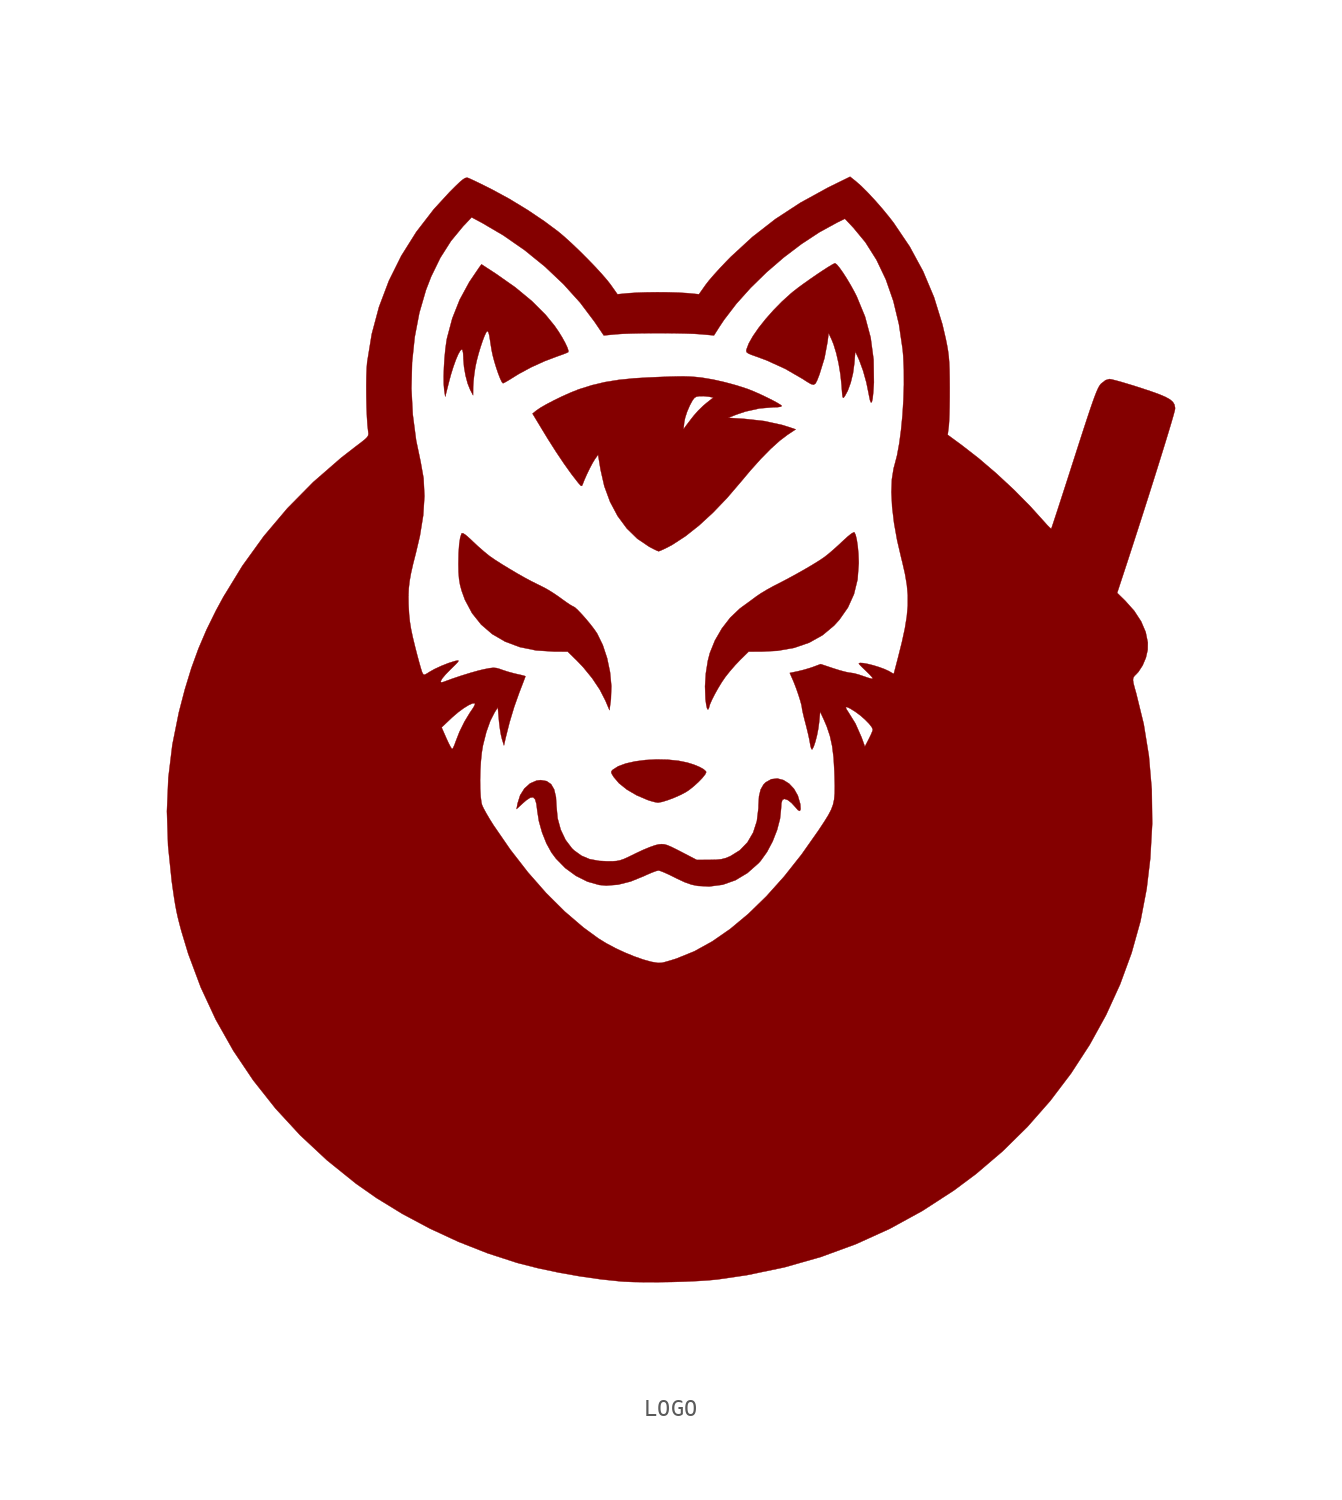
<source format=kicad_sym>
(kicad_symbol_lib
  (version 20210619)
  (generator bitmap2component)
  (symbol "LOGO"
    (pin_names
      (offset 1.016))
    (property "Reference" "#G"
      (at 0 50.08 0)
      (effects (font (size 1.27 1.27)) hide))
    (symbol "LOGO_0_0"
      (polyline (pts (xy -0.77 -33.319) (xy 0.035 -33.307) (xy 0.835 -33.283) (xy 1.588 -33.249) (xy 2.254 -33.206) (xy 2.794 -33.154) (xy 4.546 -32.898) (xy 6.804 -32.428) (xy 8.982 -31.808) (xy 11.085 -31.039) (xy 13.115 -30.118) (xy 15.074 -29.045) (xy 16.966 -27.819) (xy 18.295 -26.828) (xy 19.891 -25.467) (xy 21.378 -24.001) (xy 22.748 -22.441) (xy 23.994 -20.797) (xy 25.111 -19.078) (xy 26.092 -17.297) (xy 26.931 -15.461) (xy 27.619 -13.583) (xy 28.153 -11.671) (xy 28.523 -9.737) (xy 28.74 -7.909) (xy 28.856 -5.825) (xy 28.828 -3.778) (xy 28.658 -1.782) (xy 28.346 0.147) (xy 27.893 1.996) (xy 27.811 2.284) (xy 27.733 2.583) (xy 27.703 2.782) (xy 27.721 2.917) (xy 27.789 3.023) (xy 27.906 3.139) (xy 28.029 3.271) (xy 28.281 3.659) (xy 28.476 4.121) (xy 28.583 4.59) (xy 28.59 5.032) (xy 28.464 5.657) (xy 28.191 6.296) (xy 27.778 6.93) (xy 27.235 7.538) (xy 26.755 8.007) (xy 27.088 9.02) (xy 27.357 9.84) (xy 27.678 10.826) (xy 27.998 11.817) (xy 28.313 12.797) (xy 28.619 13.755) (xy 28.91 14.674) (xy 29.183 15.543) (xy 29.434 16.348) (xy 29.658 17.073) (xy 29.851 17.706) (xy 30.009 18.234) (xy 30.127 18.642) (xy 30.2 18.916) (xy 30.226 19.043) (xy 30.223 19.124) (xy 30.186 19.3) (xy 30.091 19.457) (xy 29.921 19.603) (xy 29.659 19.75) (xy 29.286 19.909) (xy 28.785 20.09) (xy 28.139 20.305) (xy 28.067 20.328) (xy 27.561 20.486) (xy 27.102 20.624) (xy 26.718 20.732) (xy 26.438 20.803) (xy 26.289 20.828) (xy 26.06 20.762) (xy 25.792 20.553) (xy 25.739 20.492) (xy 25.672 20.393) (xy 25.598 20.254) (xy 25.513 20.062) (xy 25.411 19.803) (xy 25.288 19.463) (xy 25.138 19.03) (xy 24.958 18.489) (xy 24.741 17.827) (xy 24.483 17.031) (xy 24.18 16.087) (xy 24.083 15.786) (xy 23.829 14.995) (xy 23.592 14.26) (xy 23.377 13.596) (xy 23.189 13.016) (xy 23.032 12.538) (xy 22.913 12.175) (xy 22.835 11.943) (xy 22.803 11.858) (xy 22.8 11.856) (xy 22.723 11.91) (xy 22.572 12.061) (xy 22.375 12.281) (xy 21.539 13.206) (xy 20.556 14.199) (xy 19.511 15.17) (xy 18.449 16.078) (xy 17.419 16.878) (xy 16.593 17.484) (xy 16.657 17.992) (xy 16.662 18.031) (xy 16.68 18.303) (xy 16.696 18.702) (xy 16.707 19.194) (xy 16.714 19.745) (xy 16.715 20.32) (xy 16.711 20.888) (xy 16.702 21.403) (xy 16.685 21.82) (xy 16.657 22.174) (xy 16.616 22.505) (xy 16.557 22.848) (xy 16.478 23.241) (xy 16.277 24.105) (xy 15.774 25.734) (xy 15.121 27.286) (xy 14.316 28.77) (xy 13.354 30.194) (xy 13.096 30.528) (xy 12.677 31.04) (xy 12.235 31.545) (xy 11.801 32.01) (xy 11.406 32.404) (xy 11.078 32.692) (xy 10.743 32.958) (xy 9.668 32.431) (xy 9.379 32.287) (xy 7.752 31.393) (xy 6.258 30.416) (xy 4.878 29.341) (xy 3.592 28.157) (xy 3.303 27.862) (xy 2.918 27.456) (xy 2.567 27.068) (xy 2.279 26.733) (xy 2.083 26.481) (xy 1.681 25.911) (xy 1.031 25.973) (xy 0.95 25.98) (xy 0.443 26.01) (xy -0.167 26.028) (xy -0.826 26.033) (xy -1.48 26.025) (xy -2.075 26.005) (xy -2.555 25.973) (xy -3.205 25.911) (xy -3.608 26.481) (xy -3.808 26.739) (xy -4.141 27.125) (xy -4.55 27.57) (xy -5.009 28.045) (xy -5.488 28.522) (xy -5.961 28.973) (xy -6.398 29.369) (xy -6.773 29.683) (xy -7.606 30.302) (xy -8.617 30.98) (xy -9.673 31.622) (xy -10.71 32.186) (xy -11.015 32.34) (xy -11.426 32.544) (xy -11.777 32.713) (xy -12.036 32.833) (xy -12.175 32.891) (xy -12.235 32.9) (xy -12.336 32.877) (xy -12.47 32.795) (xy -12.658 32.638) (xy -12.919 32.389) (xy -13.276 32.032) (xy -14.217 31.007) (xy -15.265 29.649) (xy -16.164 28.218) (xy -16.91 26.716) (xy -17.501 25.151) (xy -17.936 23.525) (xy -18.21 21.844) (xy -18.239 21.485) (xy -18.258 20.978) (xy -18.265 20.39) (xy -18.261 19.762) (xy -18.248 19.135) (xy -18.224 18.553) (xy -18.191 18.056) (xy -18.15 17.686) (xy -18.15 17.682) (xy -18.135 17.552) (xy -18.15 17.446) (xy -18.217 17.338) (xy -18.356 17.204) (xy -18.589 17.018) (xy -18.936 16.756) (xy -19.776 16.103) (xy -21.448 14.648) (xy -22.994 13.081) (xy -24.41 11.406) (xy -25.695 9.626) (xy -26.792 7.83) (xy -15.736 7.83) (xy -15.718 8.265) (xy -15.669 8.7) (xy -15.585 9.174) (xy -15.46 9.729) (xy -15.288 10.404) (xy -15.049 11.422) (xy -14.849 12.662) (xy -14.776 13.812) (xy -14.829 14.881) (xy -15.007 15.88) (xy -15.273 17.15) (xy -15.476 18.698) (xy -15.557 20.265) (xy -15.518 21.824) (xy -15.359 23.345) (xy -15.081 24.8) (xy -14.686 26.161) (xy -14.374 26.968) (xy -13.824 28.096) (xy -13.183 29.105) (xy -12.462 29.979) (xy -11.948 30.522) (xy -11.329 30.192) (xy -10.044 29.438) (xy -8.764 28.548) (xy -7.553 27.565) (xy -6.438 26.509) (xy -5.441 25.405) (xy -4.589 24.272) (xy -4.025 23.441) (xy -3.304 23.51) (xy -2.918 23.537) (xy -2.399 23.556) (xy -1.785 23.57) (xy -1.113 23.577) (xy -0.42 23.577) (xy 0.257 23.57) (xy 0.881 23.557) (xy 1.414 23.538) (xy 1.82 23.511) (xy 2.582 23.443) (xy 2.921 23.977) (xy 3.188 24.378) (xy 3.922 25.337) (xy 4.782 26.296) (xy 5.738 27.23) (xy 6.762 28.113) (xy 7.826 28.92) (xy 8.901 29.627) (xy 9.959 30.207) (xy 10.43 30.438) (xy 10.941 29.895) (xy 11.66 29.025) (xy 12.326 27.97) (xy 12.886 26.794) (xy 13.335 25.503) (xy 13.672 24.104) (xy 13.893 22.605) (xy 13.929 22.191) (xy 13.965 21.374) (xy 13.968 20.491) (xy 13.939 19.575) (xy 13.882 18.66) (xy 13.797 17.779) (xy 13.689 16.966) (xy 13.558 16.254) (xy 13.408 15.677) (xy 13.352 15.475) (xy 13.248 14.825) (xy 13.219 14.049) (xy 13.262 13.168) (xy 13.377 12.199) (xy 13.562 11.162) (xy 13.815 10.076) (xy 13.871 9.856) (xy 14.035 9.139) (xy 14.145 8.486) (xy 14.2 7.866) (xy 14.199 7.245) (xy 14.142 6.594) (xy 14.027 5.88) (xy 13.852 5.071) (xy 13.618 4.136) (xy 13.36 3.149) (xy 13.093 3.303) (xy 13.067 3.318) (xy 12.806 3.439) (xy 12.485 3.557) (xy 12.142 3.663) (xy 11.811 3.746) (xy 11.529 3.798) (xy 11.334 3.81) (xy 11.261 3.771) (xy 11.261 3.771) (xy 11.32 3.695) (xy 11.472 3.539) (xy 11.684 3.336) (xy 11.687 3.333) (xy 11.899 3.126) (xy 12.05 2.959) (xy 12.107 2.871) (xy 12.107 2.868) (xy 12.024 2.866) (xy 11.827 2.916) (xy 11.555 3.01) (xy 11.258 3.11) (xy 10.969 3.188) (xy 10.772 3.217) (xy 10.696 3.225) (xy 10.453 3.276) (xy 10.124 3.364) (xy 9.759 3.478) (xy 8.977 3.739) (xy 8.531 3.572) (xy 8.372 3.517) (xy 7.978 3.399) (xy 7.606 3.307) (xy 7.125 3.208) (xy 7.318 2.768) (xy 7.38 2.622) (xy 7.514 2.272) (xy 7.643 1.9) (xy 7.753 1.551) (xy 7.83 1.27) (xy 7.851 1.143) (xy 10.48 1.143) (xy 10.544 1.167) (xy 10.734 1.081) (xy 11.05 0.885) (xy 11.051 0.884) (xy 11.35 0.663) (xy 11.635 0.413) (xy 11.877 0.167) (xy 12.043 -0.045) (xy 12.103 -0.191) (xy 12.078 -0.283) (xy 11.991 -0.491) (xy 11.864 -0.75) (xy 11.629 -1.205) (xy 11.434 -0.666) (xy 11.43 -0.655) (xy 11.063 0.176) (xy 10.607 0.91) (xy 10.54 1.007) (xy 10.48 1.143) (xy 7.851 1.143) (xy 7.857 1.101) (xy 7.864 1.04) (xy 7.907 0.832) (xy 7.979 0.527) (xy 8.072 0.169) (xy 8.117 -0.004) (xy 8.216 -0.409) (xy 8.297 -0.776) (xy 8.345 -1.044) (xy 8.371 -1.187) (xy 8.42 -1.349) (xy 8.467 -1.382) (xy 8.471 -1.378) (xy 8.563 -1.203) (xy 8.662 -0.908) (xy 8.757 -0.537) (xy 8.835 -0.137) (xy 8.886 0.246) (xy 8.945 0.889) (xy 9.17 0.403) (xy 9.341 0.004) (xy 9.533 -0.57) (xy 9.667 -1.18) (xy 9.753 -1.871) (xy 9.799 -2.685) (xy 9.809 -2.982) (xy 9.823 -3.555) (xy 9.818 -4.009) (xy 9.786 -4.378) (xy 9.716 -4.697) (xy 9.601 -5.001) (xy 9.431 -5.324) (xy 9.197 -5.702) (xy 8.889 -6.169) (xy 8.854 -6.222) (xy 7.832 -7.674) (xy 6.785 -8.996) (xy 5.719 -10.185) (xy 4.642 -11.233) (xy 3.559 -12.136) (xy 2.476 -12.887) (xy 1.4 -13.482) (xy 0.336 -13.914) (xy 0.297 -13.927) (xy -0.043 -14.033) (xy -0.346 -14.12) (xy -0.55 -14.17) (xy -0.783 -14.175) (xy -1.173 -14.11) (xy -1.652 -13.977) (xy -2.192 -13.788) (xy -2.762 -13.554) (xy -3.333 -13.288) (xy -3.876 -12.999) (xy -4.359 -12.701) (xy -5.25 -12.049) (xy -6.372 -11.088) (xy -7.483 -9.982) (xy -8.571 -8.744) (xy -9.624 -7.388) (xy -10.63 -5.927) (xy -10.857 -5.566) (xy -11.067 -5.209) (xy -11.23 -4.91) (xy -11.321 -4.711) (xy -11.358 -4.569) (xy -11.405 -4.211) (xy -11.432 -3.746) (xy -11.438 -3.211) (xy -11.425 -2.645) (xy -11.392 -2.086) (xy -11.34 -1.573) (xy -11.27 -1.143) (xy -11.265 -1.123) (xy -11.065 -0.331) (xy -10.829 0.332) (xy -10.566 0.847) (xy -10.377 1.143) (xy -10.312 0.381) (xy -10.302 0.269) (xy -10.252 -0.132) (xy -10.191 -0.498) (xy -10.128 -0.762) (xy -10.009 -1.143) (xy -9.954 -0.889) (xy -9.913 -0.703) (xy -9.674 0.245) (xy -9.394 1.177) (xy -9.095 2.018) (xy -9.089 2.034) (xy -8.946 2.404) (xy -8.829 2.71) (xy -8.75 2.921) (xy -8.721 3.007) (xy -8.771 3.03) (xy -8.948 3.078) (xy -9.207 3.136) (xy -9.386 3.177) (xy -9.78 3.284) (xy -10.13 3.399) (xy -10.258 3.446) (xy -10.459 3.503) (xy -10.645 3.519) (xy -10.877 3.493) (xy -11.213 3.427) (xy -11.532 3.351) (xy -12.021 3.214) (xy -12.573 3.043) (xy -13.134 2.854) (xy -13.652 2.664) (xy -13.78 2.641) (xy -13.801 2.713) (xy -13.709 2.876) (xy -13.509 3.115) (xy -13.21 3.421) (xy -13.162 3.467) (xy -12.913 3.712) (xy -12.773 3.861) (xy -12.73 3.936) (xy -12.774 3.954) (xy -12.892 3.934) (xy -12.958 3.918) (xy -13.332 3.801) (xy -13.761 3.631) (xy -14.174 3.44) (xy -14.496 3.258) (xy -14.617 3.179) (xy -14.758 3.104) (xy -14.836 3.117) (xy -14.898 3.211) (xy -14.929 3.29) (xy -15.001 3.521) (xy -15.098 3.863) (xy -15.211 4.285) (xy -15.332 4.756) (xy -15.475 5.345) (xy -15.58 5.844) (xy -15.651 6.284) (xy -15.696 6.718) (xy -15.724 7.197) (xy -15.73 7.354) (xy -15.736 7.83) (xy -26.792 7.83) (xy -26.844 7.745) (xy -27.282 6.936) (xy -27.842 5.798) (xy -28.327 4.662) (xy -28.754 3.488) (xy -29.139 2.23) (xy -29.5 0.846) (xy -29.682 -0.058) (xy -13.747 -0.058) (xy -13.158 0.5) (xy -13.097 0.557) (xy -12.756 0.849) (xy -12.422 1.095) (xy -12.124 1.279) (xy -11.89 1.382) (xy -11.75 1.385) (xy -11.748 1.326) (xy -11.824 1.165) (xy -11.968 0.946) (xy -12.05 0.829) (xy -12.377 0.287) (xy -12.677 -0.32) (xy -12.907 -0.91) (xy -12.972 -1.092) (xy -13.056 -1.281) (xy -13.115 -1.355) (xy -13.129 -1.345) (xy -13.208 -1.228) (xy -13.325 -1.003) (xy -13.462 -0.707) (xy -13.747 -0.058) (xy -29.682 -0.058) (xy -29.89 -1.094) (xy -30.13 -3.071) (xy -30.216 -5.084) (xy -30.148 -7.147) (xy -29.928 -9.271) (xy -29.867 -9.708) (xy -29.788 -10.252) (xy -29.716 -10.696) (xy -29.644 -11.079) (xy -29.564 -11.444) (xy -29.467 -11.83) (xy -29.347 -12.278) (xy -28.939 -13.629) (xy -28.189 -15.639) (xy -27.288 -17.577) (xy -26.239 -19.436) (xy -25.045 -21.213) (xy -23.709 -22.903) (xy -22.235 -24.502) (xy -20.624 -26.006) (xy -18.881 -27.411) (xy -17.647 -28.275) (xy -16.094 -29.227) (xy -14.443 -30.107) (xy -12.732 -30.899) (xy -10.996 -31.583) (xy -9.273 -32.143) (xy -9.077 -32.198) (xy -7.95 -32.483) (xy -6.723 -32.742) (xy -5.452 -32.967) (xy -4.193 -33.147) (xy -3.006 -33.271) (xy -2.826 -33.284) (xy -2.241 -33.309) (xy -1.543 -33.32) (xy -0.77 -33.319)) (stroke (width 0.01)) (fill (type outline)))
      (polyline (pts (xy 3.106 -9.489) (xy 3.869 -9.22) (xy 4.587 -8.789) (xy 5.257 -8.197) (xy 5.378 -8.063) (xy 5.763 -7.525) (xy 6.099 -6.891) (xy 6.365 -6.211) (xy 6.541 -5.537) (xy 6.605 -4.918) (xy 6.623 -4.596) (xy 6.686 -4.401) (xy 6.805 -4.342) (xy 6.991 -4.406) (xy 7.022 -4.424) (xy 7.233 -4.59) (xy 7.429 -4.804) (xy 7.438 -4.815) (xy 7.618 -5.018) (xy 7.73 -5.067) (xy 7.776 -4.96) (xy 7.76 -4.697) (xy 7.749 -4.625) (xy 7.609 -4.146) (xy 7.38 -3.74) (xy 7.084 -3.425) (xy 6.743 -3.213) (xy 6.381 -3.12) (xy 6.019 -3.161) (xy 5.682 -3.35) (xy 5.551 -3.481) (xy 5.379 -3.783) (xy 5.281 -4.19) (xy 5.25 -4.729) (xy 5.247 -4.897) (xy 5.153 -5.673) (xy 4.931 -6.361) (xy 4.588 -6.949) (xy 4.13 -7.424) (xy 3.563 -7.776) (xy 3.297 -7.887) (xy 3.038 -7.955) (xy 2.733 -7.988) (xy 2.321 -7.998) (xy 1.551 -8.001) (xy 0.603 -7.509) (xy 0.344 -7.376) (xy 0.015 -7.214) (xy -0.222 -7.114) (xy -0.404 -7.065) (xy -0.566 -7.055) (xy -0.744 -7.072) (xy -0.945 -7.121) (xy -1.28 -7.239) (xy -1.681 -7.406) (xy -2.107 -7.606) (xy -2.131 -7.618) (xy -2.526 -7.812) (xy -2.816 -7.944) (xy -3.045 -8.024) (xy -3.256 -8.066) (xy -3.493 -8.082) (xy -3.8 -8.084) (xy -4.296 -8.061) (xy -4.872 -7.955) (xy -5.359 -7.75) (xy -5.797 -7.435) (xy -5.932 -7.306) (xy -6.315 -6.802) (xy -6.606 -6.191) (xy -6.793 -5.507) (xy -6.86 -4.787) (xy -6.893 -4.23) (xy -7 -3.775) (xy -7.184 -3.46) (xy -7.451 -3.277) (xy -7.805 -3.217) (xy -8.057 -3.247) (xy -8.447 -3.417) (xy -8.783 -3.718) (xy -9.039 -4.125) (xy -9.193 -4.614) (xy -9.254 -4.953) (xy -8.862 -4.593) (xy -8.677 -4.431) (xy -8.437 -4.271) (xy -8.264 -4.247) (xy -8.144 -4.368) (xy -8.064 -4.642) (xy -8.01 -5.078) (xy -7.915 -5.676) (xy -7.724 -6.358) (xy -7.465 -7.01) (xy -7.161 -7.562) (xy -6.892 -7.923) (xy -6.336 -8.49) (xy -5.696 -8.957) (xy -5.006 -9.303) (xy -4.301 -9.503) (xy -3.881 -9.542) (xy -3.176 -9.487) (xy -2.418 -9.298) (xy -1.63 -8.979) (xy -1.468 -8.903) (xy -1.15 -8.766) (xy -0.895 -8.671) (xy -0.748 -8.636) (xy -0.649 -8.659) (xy -0.418 -8.748) (xy -0.108 -8.888) (xy 0.245 -9.063) (xy 0.357 -9.12) (xy 0.839 -9.344) (xy 1.242 -9.485) (xy 1.614 -9.56) (xy 2.3 -9.595) (xy 3.106 -9.489)) (stroke (width 0.01)) (fill (type outline)))
      (polyline (pts (xy -0.755 -4.565) (xy -0.516 -4.52) (xy -0.183 -4.417) (xy 0.195 -4.274) (xy 0.57 -4.108) (xy 0.897 -3.937) (xy 1.107 -3.796) (xy 1.383 -3.575) (xy 1.655 -3.327) (xy 1.889 -3.083) (xy 2.054 -2.877) (xy 2.117 -2.74) (xy 2.099 -2.691) (xy 1.958 -2.563) (xy 1.701 -2.422) (xy 1.363 -2.283) (xy 0.979 -2.164) (xy 0.458 -2.058) (xy -0.185 -1.992) (xy -0.855 -1.977) (xy -1.518 -2.012) (xy -2.144 -2.094) (xy -2.701 -2.219) (xy -3.155 -2.384) (xy -3.476 -2.587) (xy -3.532 -2.639) (xy -3.582 -2.727) (xy -3.548 -2.842) (xy -3.425 -3.039) (xy -3.115 -3.404) (xy -2.643 -3.784) (xy -2.061 -4.125) (xy -1.401 -4.407) (xy -1.241 -4.461) (xy -0.973 -4.534) (xy -0.787 -4.566) (xy -0.755 -4.565)) (stroke (width 0.01)) (fill (type outline)))
      (polyline (pts (xy -3.606 1.566) (xy -3.598 1.633) (xy -3.57 2.417) (xy -3.649 3.255) (xy -3.824 4.093) (xy -4.084 4.88) (xy -4.418 5.563) (xy -4.432 5.586) (xy -4.603 5.835) (xy -4.828 6.128) (xy -5.081 6.433) (xy -5.337 6.723) (xy -5.569 6.966) (xy -5.751 7.134) (xy -5.856 7.197) (xy -5.886 7.206) (xy -6.035 7.292) (xy -6.267 7.448) (xy -6.547 7.649) (xy -6.62 7.703) (xy -6.965 7.943) (xy -7.306 8.16) (xy -7.578 8.314) (xy -7.726 8.388) (xy -8.057 8.553) (xy -8.34 8.694) (xy -8.377 8.713) (xy -8.749 8.912) (xy -9.197 9.165) (xy -9.674 9.447) (xy -10.137 9.729) (xy -10.539 9.986) (xy -10.837 10.191) (xy -10.919 10.253) (xy -11.225 10.503) (xy -11.569 10.805) (xy -11.892 11.107) (xy -12.028 11.238) (xy -12.294 11.472) (xy -12.464 11.584) (xy -12.545 11.577) (xy -12.555 11.561) (xy -12.634 11.315) (xy -12.693 10.919) (xy -12.729 10.388) (xy -12.741 9.737) (xy -12.732 9.244) (xy -12.701 8.839) (xy -12.641 8.487) (xy -12.544 8.128) (xy -12.35 7.593) (xy -11.925 6.794) (xy -11.378 6.107) (xy -10.714 5.536) (xy -9.94 5.085) (xy -9.06 4.757) (xy -8.082 4.557) (xy -7.01 4.489) (xy -6.189 4.487) (xy -5.609 3.915) (xy -5.265 3.555) (xy -4.721 2.889) (xy -4.263 2.204) (xy -3.926 1.546) (xy -3.683 0.974) (xy -3.606 1.566)) (stroke (width 0.01)) (fill (type outline)))
      (polyline (pts (xy 2.238 1.024) (xy 2.286 1.124) (xy 2.286 1.134) (xy 2.337 1.314) (xy 2.459 1.594) (xy 2.633 1.937) (xy 2.838 2.304) (xy 3.054 2.659) (xy 3.263 2.963) (xy 3.525 3.294) (xy 3.854 3.674) (xy 4.165 4) (xy 4.661 4.487) (xy 5.484 4.489) (xy 6.39 4.535) (xy 7.394 4.713) (xy 8.295 5.024) (xy 9.09 5.469) (xy 9.782 6.046) (xy 10.1 6.395) (xy 10.613 7.129) (xy 10.975 7.931) (xy 11.19 8.811) (xy 11.261 9.777) (xy 11.26 9.894) (xy 11.241 10.361) (xy 11.2 10.806) (xy 11.143 11.191) (xy 11.075 11.48) (xy 11.001 11.636) (xy 10.963 11.64) (xy 10.813 11.557) (xy 10.576 11.367) (xy 10.267 11.082) (xy 10.087 10.912) (xy 9.75 10.608) (xy 9.434 10.338) (xy 9.186 10.144) (xy 8.873 9.934) (xy 8.44 9.667) (xy 7.926 9.367) (xy 7.368 9.055) (xy 6.803 8.751) (xy 6.267 8.476) (xy 6.153 8.418) (xy 5.766 8.206) (xy 5.401 7.987) (xy 5.124 7.799) (xy 4.949 7.669) (xy 4.596 7.409) (xy 4.273 7.176) (xy 4.107 7.049) (xy 3.552 6.518) (xy 3.053 5.872) (xy 2.637 5.153) (xy 2.334 4.403) (xy 2.214 3.941) (xy 2.095 3.192) (xy 2.045 2.404) (xy 2.072 1.651) (xy 2.078 1.591) (xy 2.118 1.299) (xy 2.164 1.094) (xy 2.208 1.016) (xy 2.238 1.024)) (stroke (width 0.01)) (fill (type outline)))
      (polyline (pts (xy -0.648 10.53) (xy -0.448 10.618) (xy -0.188 10.745) (xy 0.093 10.897) (xy 0.869 11.402) (xy 1.685 12.047) (xy 2.525 12.819) (xy 3.374 13.704) (xy 4.218 14.69) (xy 4.761 15.338) (xy 5.39 16.039) (xy 5.981 16.64) (xy 6.517 17.125) (xy 6.983 17.479) (xy 7.482 17.81) (xy 7.048 17.957) (xy 6.692 18.069) (xy 5.612 18.307) (xy 4.403 18.441) (xy 3.429 18.503) (xy 3.937 18.7) (xy 4.466 18.878) (xy 5.311 19.066) (xy 6.122 19.133) (xy 6.395 19.141) (xy 6.599 19.171) (xy 6.645 19.222) (xy 6.585 19.274) (xy 6.392 19.394) (xy 6.102 19.551) (xy 5.75 19.728) (xy 5.371 19.908) (xy 4.999 20.074) (xy 4.669 20.207) (xy 4.59 20.237) (xy 3.956 20.443) (xy 3.244 20.636) (xy 2.533 20.797) (xy 1.897 20.905) (xy 1.752 20.923) (xy 1.448 20.955) (xy 1.14 20.976) (xy 0.798 20.986) (xy 0.397 20.985) (xy -0.092 20.973) (xy -0.695 20.95) (xy -1.439 20.917) (xy -2.214 20.871) (xy -3.133 20.778) (xy -3.956 20.645) (xy -4.724 20.463) (xy -5.477 20.227) (xy -5.602 20.182) (xy -6.043 20.004) (xy -6.526 19.788) (xy -7.01 19.553) (xy -7.455 19.32) (xy -7.822 19.109) (xy -8.071 18.938) (xy -8.298 18.754) (xy -7.734 17.822) (xy 0.754 17.822) (xy 0.8 18.246) (xy 0.855 18.512) (xy 0.972 18.872) (xy 1.122 19.219) (xy 1.151 19.278) (xy 1.294 19.544) (xy 1.409 19.696) (xy 1.528 19.769) (xy 1.688 19.797) (xy 1.963 19.802) (xy 2.261 19.772) (xy 2.544 19.719) (xy 2.12 19.383) (xy 1.941 19.231) (xy 1.633 18.932) (xy 1.377 18.643) (xy 1.236 18.463) (xy 1.044 18.213) (xy 0.906 18.031) (xy 0.754 17.822) (xy -7.734 17.822) (xy -7.544 17.509) (xy -7.376 17.233) (xy -6.888 16.465) (xy -6.407 15.749) (xy -5.956 15.118) (xy -5.557 14.605) (xy -5.517 14.558) (xy -5.398 14.43) (xy -5.335 14.422) (xy -5.288 14.52) (xy -5.193 14.766) (xy -5.037 15.117) (xy -4.861 15.482) (xy -4.691 15.803) (xy -4.556 16.025) (xy -4.366 16.291) (xy -4.218 15.39) (xy -3.994 14.406) (xy -3.648 13.465) (xy -3.195 12.614) (xy -2.646 11.871) (xy -2.012 11.252) (xy -1.302 10.773) (xy -1.047 10.639) (xy -0.842 10.54) (xy -0.738 10.501) (xy -0.648 10.53)) (stroke (width 0.01)) (fill (type outline)))
      (polyline (pts (xy 12.045 19.448) (xy 12.091 19.647) (xy 12.131 20.016) (xy 12.165 20.553) (xy 12.169 20.62) (xy 12.151 21.992) (xy 11.975 23.309) (xy 11.638 24.572) (xy 11.14 25.781) (xy 11.007 26.044) (xy 10.779 26.459) (xy 10.541 26.859) (xy 10.31 27.217) (xy 10.104 27.506) (xy 9.941 27.7) (xy 9.838 27.771) (xy 9.816 27.765) (xy 9.668 27.69) (xy 9.419 27.54) (xy 9.097 27.332) (xy 8.729 27.086) (xy 8.343 26.82) (xy 7.966 26.553) (xy 7.626 26.304) (xy 7.35 26.09) (xy 7.17 25.94) (xy 6.652 25.47) (xy 6.149 24.957) (xy 5.678 24.425) (xy 5.261 23.9) (xy 4.918 23.405) (xy 4.668 22.965) (xy 4.531 22.606) (xy 4.516 22.516) (xy 4.542 22.433) (xy 4.643 22.359) (xy 4.846 22.272) (xy 5.182 22.154) (xy 5.731 21.95) (xy 6.861 21.435) (xy 7.907 20.829) (xy 8.153 20.669) (xy 8.397 20.526) (xy 8.557 20.487) (xy 8.67 20.561) (xy 8.771 20.756) (xy 8.897 21.082) (xy 8.91 21.117) (xy 9.207 22.08) (xy 9.389 23.052) (xy 9.455 23.58) (xy 9.637 23.189) (xy 9.75 22.909) (xy 9.913 22.375) (xy 10.055 21.754) (xy 10.164 21.096) (xy 10.231 20.453) (xy 10.245 20.245) (xy 10.269 19.936) (xy 10.293 19.761) (xy 10.324 19.699) (xy 10.37 19.727) (xy 10.438 19.822) (xy 10.604 20.129) (xy 10.781 20.615) (xy 10.917 21.175) (xy 10.996 21.759) (xy 11.053 22.479) (xy 11.241 22.069) (xy 11.296 21.943) (xy 11.522 21.323) (xy 11.718 20.622) (xy 11.863 19.91) (xy 11.871 19.865) (xy 11.935 19.557) (xy 11.993 19.418) (xy 12.045 19.448)) (stroke (width 0.01)) (fill (type outline)))
      (polyline (pts (xy -13.294 20.702) (xy -13.192 21.082) (xy -13.043 21.562) (xy -12.893 21.98) (xy -12.752 22.311) (xy -12.629 22.528) (xy -12.535 22.606) (xy -12.499 22.569) (xy -12.46 22.397) (xy -12.444 22.119) (xy -12.444 22.055) (xy -12.403 21.556) (xy -12.312 21.035) (xy -12.184 20.555) (xy -12.033 20.18) (xy -11.861 19.854) (xy -11.857 20.33) (xy -11.856 20.375) (xy -11.834 20.713) (xy -11.788 21.125) (xy -11.727 21.53) (xy -11.717 21.584) (xy -11.638 21.947) (xy -11.533 22.346) (xy -11.412 22.747) (xy -11.288 23.117) (xy -11.171 23.422) (xy -11.072 23.63) (xy -11.002 23.707) (xy -10.997 23.706) (xy -10.936 23.619) (xy -10.887 23.431) (xy -10.856 23.236) (xy -10.807 22.921) (xy -10.753 22.58) (xy -10.75 22.56) (xy -10.684 22.247) (xy -10.588 21.884) (xy -10.473 21.507) (xy -10.352 21.152) (xy -10.236 20.855) (xy -10.138 20.65) (xy -10.07 20.574) (xy -10.049 20.58) (xy -9.908 20.651) (xy -9.677 20.786) (xy -9.393 20.964) (xy -9.097 21.146) (xy -8.377 21.533) (xy -7.592 21.891) (xy -6.816 22.185) (xy -6.781 22.197) (xy -6.488 22.301) (xy -6.263 22.389) (xy -6.153 22.443) (xy -6.143 22.52) (xy -6.207 22.717) (xy -6.338 22.997) (xy -6.521 23.329) (xy -6.74 23.684) (xy -6.98 24.029) (xy -7.509 24.678) (xy -8.337 25.505) (xy -9.329 26.325) (xy -10.483 27.136) (xy -11.357 27.706) (xy -11.499 27.514) (xy -12.084 26.652) (xy -12.665 25.581) (xy -13.106 24.47) (xy -13.423 23.283) (xy -13.457 23.097) (xy -13.521 22.63) (xy -13.572 22.093) (xy -13.607 21.532) (xy -13.624 20.997) (xy -13.62 20.533) (xy -13.593 20.189) (xy -13.53 19.772) (xy -13.294 20.702)) (stroke (width 0.01)) (fill (type outline))))))
</source>
